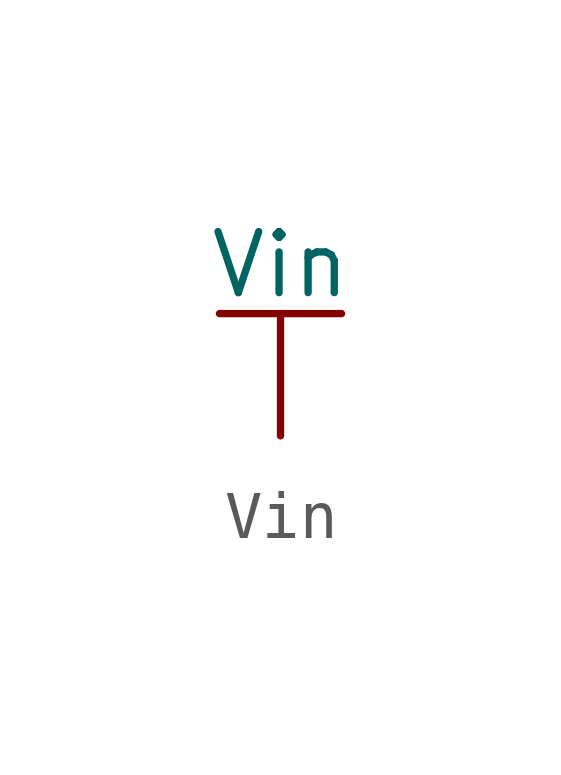
<source format=kicad_sym>
(kicad_symbol_lib
  (version 20231120)
  (generator "kicad_symbol_editor")
  (generator_version "8.0")
  (symbol "Vin"
    (power)
    (pin_numbers hide)
    (pin_names
      (offset 0) hide)
    (property "Reference" "#PWR"
      (at 0 -3.81 0)
      (effects (font (size 1.27 1.27)) (hide yes)))
    (property "Value" "Vin"
      (at 0 3.556 0)
      (effects (font (size 1.27 1.27))))
    (symbol "Vin_0_1"
      (polyline (pts (xy -1.27 2.54) (xy 0 2.54)) (stroke (width 0) (type default)) (fill (type none)))
      (polyline (pts (xy 0 0) (xy 0 2.54)) (stroke (width 0) (type default)) (fill (type none)))
      (polyline (pts (xy 0 2.54) (xy 1.27 2.54)) (stroke (width 0) (type default)) (fill (type none))))
    (symbol "Vin_1_1"
      (pin power_in line (at 0 0 90) (length 0) (name "~" (effects (font (size 1.27 1.27)))) (number "1" (effects (font (size 1.27 1.27))))))))
</source>
